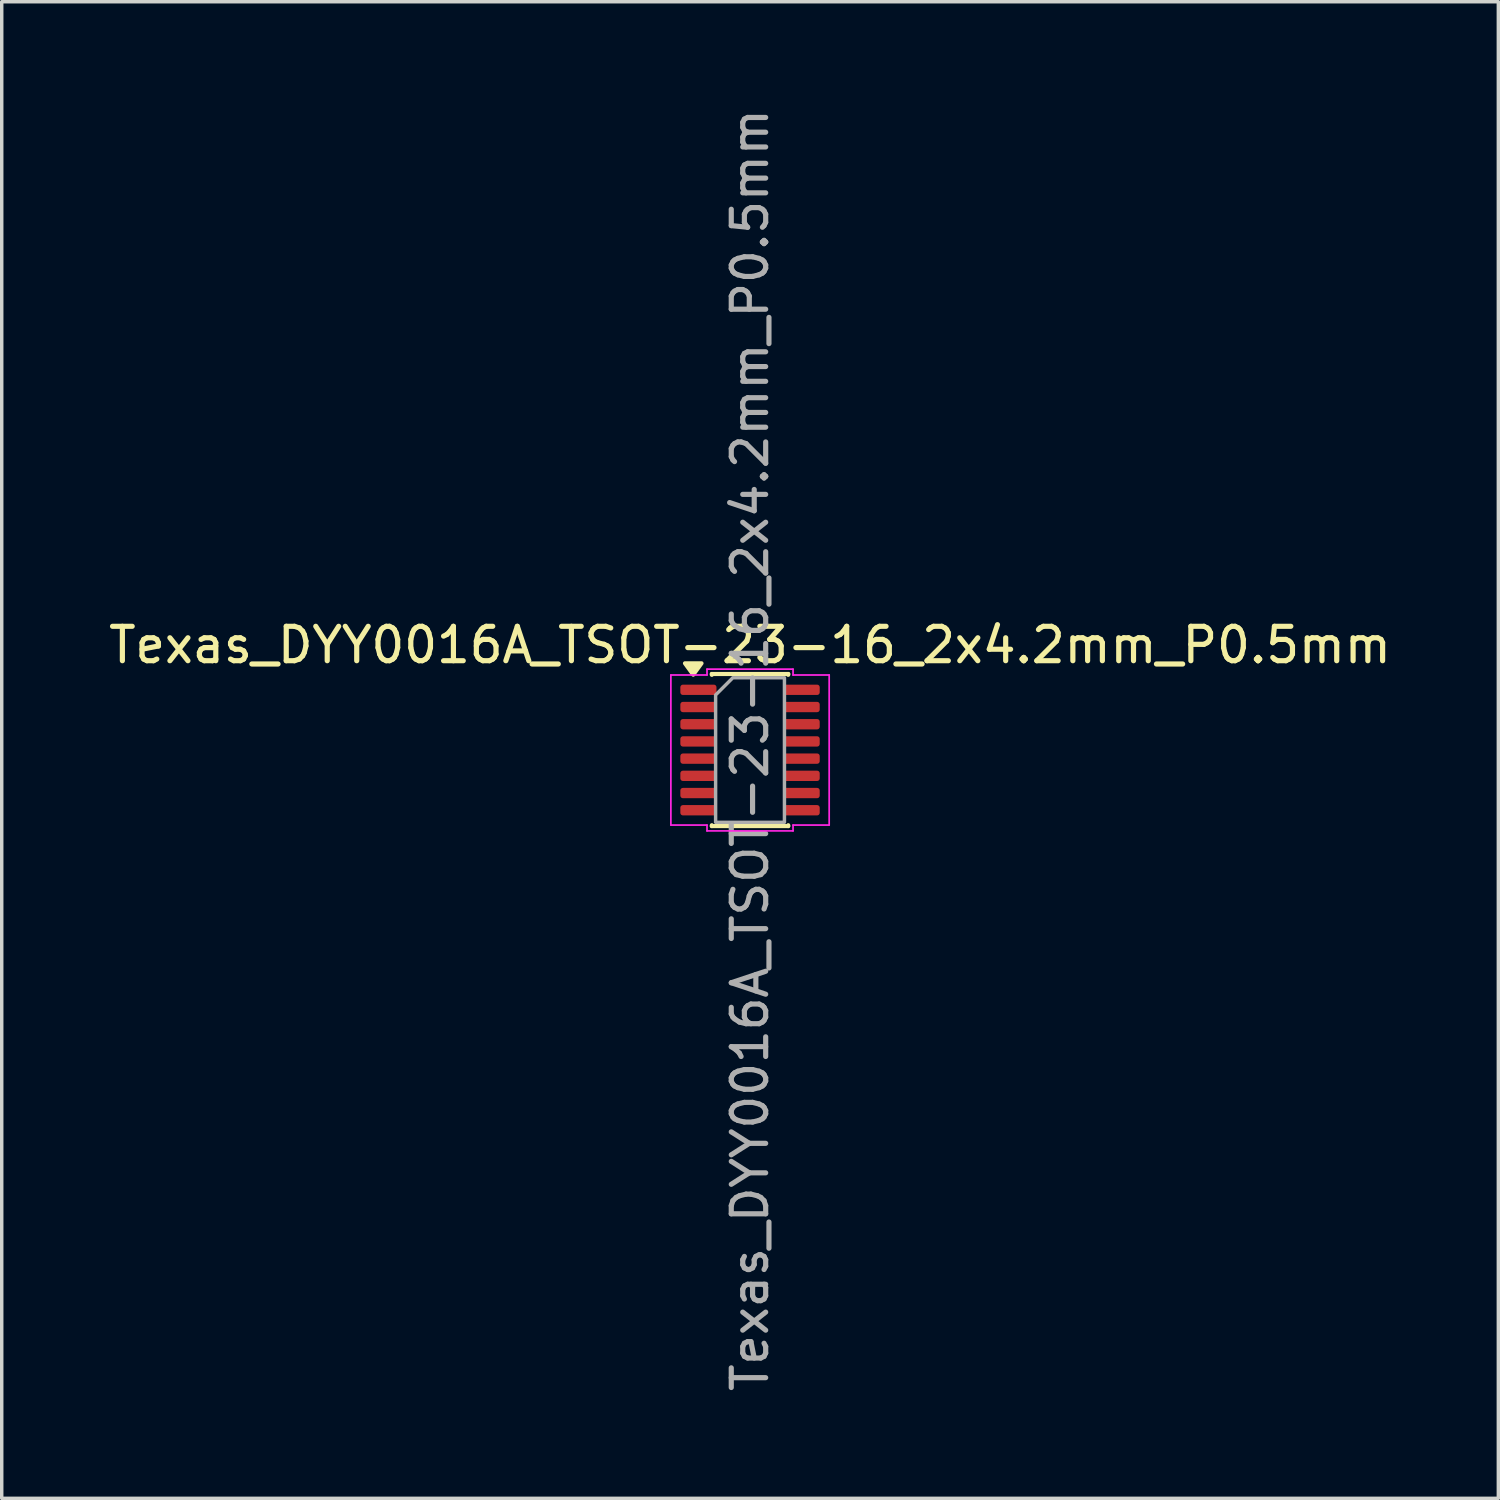
<source format=kicad_pcb>
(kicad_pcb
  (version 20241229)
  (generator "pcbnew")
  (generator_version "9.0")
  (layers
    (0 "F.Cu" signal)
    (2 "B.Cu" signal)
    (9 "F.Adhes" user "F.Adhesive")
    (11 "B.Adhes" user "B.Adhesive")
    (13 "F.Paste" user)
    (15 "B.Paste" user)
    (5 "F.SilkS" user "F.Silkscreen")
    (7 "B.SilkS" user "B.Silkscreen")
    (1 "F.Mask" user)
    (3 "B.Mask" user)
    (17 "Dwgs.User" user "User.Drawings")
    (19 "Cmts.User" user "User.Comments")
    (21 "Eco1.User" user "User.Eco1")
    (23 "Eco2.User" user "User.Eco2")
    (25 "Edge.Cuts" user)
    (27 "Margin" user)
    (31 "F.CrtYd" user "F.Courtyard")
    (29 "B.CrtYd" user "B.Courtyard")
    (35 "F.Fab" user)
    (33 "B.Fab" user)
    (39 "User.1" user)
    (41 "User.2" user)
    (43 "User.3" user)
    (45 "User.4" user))
  (footprint "Texas_DYY0016A_TSOT-23-16_2x4.2mm_P0.5mm"
    (layer "F.Cu")
    (at 18.744 18.744)
    (property "Reference" "Texas_DYY0016A_TSOT-23-16_2x4.2mm_P0.5mm" (at 0 -3.05 0) (layer "F.SilkS") (effects (font (size 1 1) (thickness 0.15))))
    (attr smd)
    (fp_line (start -1.11 -2.21) (end 1.11 -2.21) (stroke (width 0.12) (type solid)) (layer "F.SilkS"))
    (fp_line (start -1.11 -2.185) (end -1.11 -2.21) (stroke (width 0.12) (type solid)) (layer "F.SilkS"))
    (fp_line (start -1.11 2.21) (end -1.11 2.185) (stroke (width 0.12) (type solid)) (layer "F.SilkS"))
    (fp_line (start 1.11 -2.21) (end 1.11 -2.185) (stroke (width 0.12) (type solid)) (layer "F.SilkS"))
    (fp_line (start 1.11 2.185) (end 1.11 2.21) (stroke (width 0.12) (type solid)) (layer "F.SilkS"))
    (fp_line (start 1.11 2.21) (end -1.11 2.21) (stroke (width 0.12) (type solid)) (layer "F.SilkS"))
    (fp_poly (pts (xy -1.65 -2.19) (xy -1.89 -2.52) (xy -1.41 -2.52)) (stroke (width 0.12) (type solid)) (fill yes) (layer "F.SilkS"))
    (fp_line (start -2.3 -2.18) (end -1.25 -2.18) (stroke (width 0.05) (type solid)) (layer "F.CrtYd"))
    (fp_line (start -2.3 2.18) (end -2.3 -2.18) (stroke (width 0.05) (type solid)) (layer "F.CrtYd"))
    (fp_line (start -1.25 -2.35) (end 1.25 -2.35) (stroke (width 0.05) (type solid)) (layer "F.CrtYd"))
    (fp_line (start -1.25 -2.18) (end -1.25 -2.35) (stroke (width 0.05) (type solid)) (layer "F.CrtYd"))
    (fp_line (start -1.25 2.18) (end -2.3 2.18) (stroke (width 0.05) (type solid)) (layer "F.CrtYd"))
    (fp_line (start -1.25 2.35) (end -1.25 2.18) (stroke (width 0.05) (type solid)) (layer "F.CrtYd"))
    (fp_line (start 1.25 -2.35) (end 1.25 -2.18) (stroke (width 0.05) (type solid)) (layer "F.CrtYd"))
    (fp_line (start 1.25 -2.18) (end 2.3 -2.18) (stroke (width 0.05) (type solid)) (layer "F.CrtYd"))
    (fp_line (start 1.25 2.18) (end 1.25 2.35) (stroke (width 0.05) (type solid)) (layer "F.CrtYd"))
    (fp_line (start 1.25 2.35) (end -1.25 2.35) (stroke (width 0.05) (type solid)) (layer "F.CrtYd"))
    (fp_line (start 2.3 -2.18) (end 2.3 2.18) (stroke (width 0.05) (type solid)) (layer "F.CrtYd"))
    (fp_line (start 2.3 2.18) (end 1.25 2.18) (stroke (width 0.05) (type solid)) (layer "F.CrtYd"))
    (fp_poly (pts (xy -1 -1.6) (xy -1 2.1) (xy 1 2.1) (xy 1 -2.1) (xy -0.5 -2.1)) (stroke (width 0.1) (type solid)) (fill no) (layer "F.Fab"))
    (fp_text user "${REFERENCE}" (at 0 0 90) (layer "F.Fab") (effects (font (size 1 1) (thickness 0.15))))
    (pad "1" smd roundrect (at -1.5 -1.75) (size 1.05 0.3) (layers "F.Cu" "F.Mask" "F.Paste") (roundrect_rratio 0.25))
    (pad "2" smd roundrect (at -1.5 -1.25) (size 1.05 0.3) (layers "F.Cu" "F.Mask" "F.Paste") (roundrect_rratio 0.25))
    (pad "3" smd roundrect (at -1.5 -0.75) (size 1.05 0.3) (layers "F.Cu" "F.Mask" "F.Paste") (roundrect_rratio 0.25))
    (pad "4" smd roundrect (at -1.5 -0.25) (size 1.05 0.3) (layers "F.Cu" "F.Mask" "F.Paste") (roundrect_rratio 0.25))
    (pad "5" smd roundrect (at -1.5 0.25) (size 1.05 0.3) (layers "F.Cu" "F.Mask" "F.Paste") (roundrect_rratio 0.25))
    (pad "6" smd roundrect (at -1.5 0.75) (size 1.05 0.3) (layers "F.Cu" "F.Mask" "F.Paste") (roundrect_rratio 0.25))
    (pad "7" smd roundrect (at -1.5 1.25) (size 1.05 0.3) (layers "F.Cu" "F.Mask" "F.Paste") (roundrect_rratio 0.25))
    (pad "8" smd roundrect (at -1.5 1.75) (size 1.05 0.3) (layers "F.Cu" "F.Mask" "F.Paste") (roundrect_rratio 0.25))
    (pad "9" smd roundrect (at 1.5 1.75) (size 1.05 0.3) (layers "F.Cu" "F.Mask" "F.Paste") (roundrect_rratio 0.25))
    (pad "10" smd roundrect (at 1.5 1.25) (size 1.05 0.3) (layers "F.Cu" "F.Mask" "F.Paste") (roundrect_rratio 0.25))
    (pad "11" smd roundrect (at 1.5 0.75) (size 1.05 0.3) (layers "F.Cu" "F.Mask" "F.Paste") (roundrect_rratio 0.25))
    (pad "12" smd roundrect (at 1.5 0.25) (size 1.05 0.3) (layers "F.Cu" "F.Mask" "F.Paste") (roundrect_rratio 0.25))
    (pad "13" smd roundrect (at 1.5 -0.25) (size 1.05 0.3) (layers "F.Cu" "F.Mask" "F.Paste") (roundrect_rratio 0.25))
    (pad "14" smd roundrect (at 1.5 -0.75) (size 1.05 0.3) (layers "F.Cu" "F.Mask" "F.Paste") (roundrect_rratio 0.25))
    (pad "15" smd roundrect (at 1.5 -1.25) (size 1.05 0.3) (layers "F.Cu" "F.Mask" "F.Paste") (roundrect_rratio 0.25))
    (pad "16" smd roundrect (at 1.5 -1.75) (size 1.05 0.3) (layers "F.Cu" "F.Mask" "F.Paste") (roundrect_rratio 0.25)))
  (gr_rect
    (start -3 -3)
    (end 40.488 40.488)
    (stroke (width 0.1) (type default))
    (fill no)
    (layer "Edge.Cuts")))
</source>
